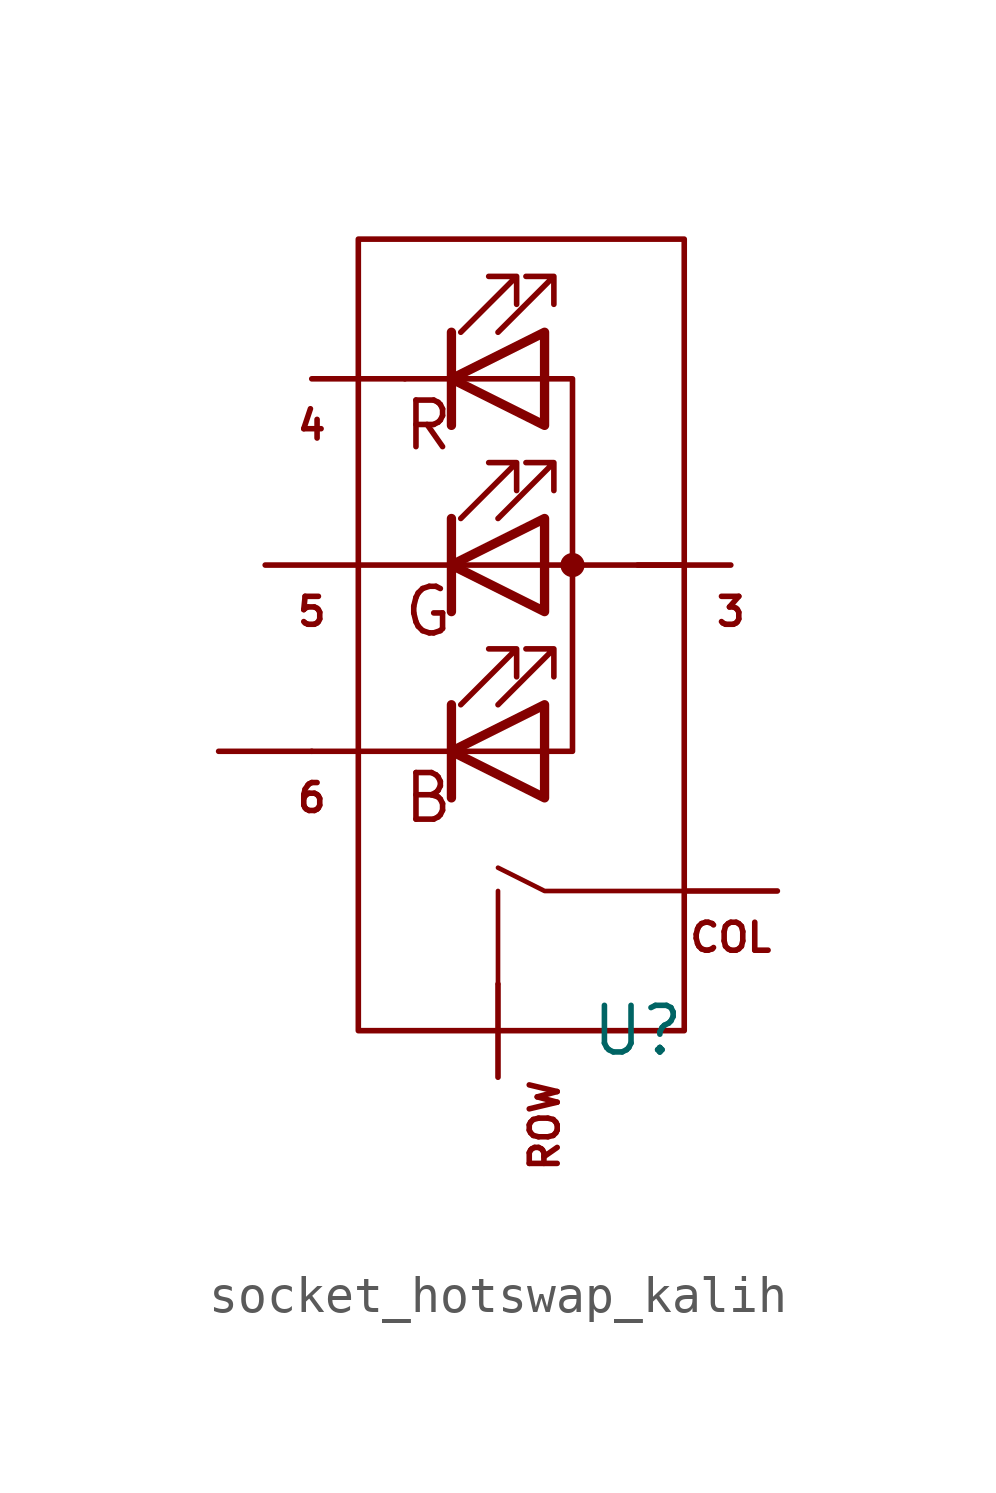
<source format=kicad_sym>
(kicad_symbol_lib
  (version 20220914)
  (generator kicad_symbol_editor)
  (symbol "socket_hotswap_kalih"
    (property "Reference" "U"
      (at 3.81 -2.54 0)
      (effects (font (size 1.27 1.27))))
    (property "Value" ""
      (at 3.81 -2.54 0)
      (effects (font (size 1.27 1.27))))
    (symbol "socket_hotswap_kalih_0_0"
      (polyline (pts (xy 0 -1.27) (xy 0 1.27)) (stroke (width 0.127) (type solid)) (fill (type none)))
      (polyline (pts (xy 5.08 1.27) (xy 1.27 1.27) (xy 0 1.905)) (stroke (width 0.127) (type solid)) (fill (type none)))
      (text "B" (at -1.905 3.81 0) (effects (font (size 1.27 1.27))))
      (text "COL" (at 6.35 0 0) (effects (font (size 0.762 0.762))))
      (text "G" (at -1.905 8.89 0) (effects (font (size 1.27 1.27))))
      (text "R" (at -1.905 13.97 0) (effects (font (size 1.27 1.27))))
      (text "ROW" (at 1.27 -3.81 900) (effects (font (size 0.762 0.762)) (justify right))))
    (symbol "socket_hotswap_kalih_0_1"
      (polyline (pts (xy -1.27 5.08) (xy -5.08 5.08)) (stroke (width 0) (type default)) (fill (type none)))
      (polyline (pts (xy -1.27 5.08) (xy 1.27 5.08)) (stroke (width 0) (type default)) (fill (type none)))
      (polyline (pts (xy -1.27 6.35) (xy -1.27 3.81)) (stroke (width 0.254) (type default)) (fill (type none)))
      (polyline (pts (xy -1.27 10.16) (xy -3.81 10.16)) (stroke (width 0) (type default)) (fill (type none)))
      (polyline (pts (xy -1.27 11.43) (xy -1.27 8.89)) (stroke (width 0.254) (type default)) (fill (type none)))
      (polyline (pts (xy -1.27 15.24) (xy -2.54 15.24)) (stroke (width 0) (type default)) (fill (type none)))
      (polyline (pts (xy -1.27 15.24) (xy 1.27 15.24)) (stroke (width 0) (type default)) (fill (type none)))
      (polyline (pts (xy -1.27 16.51) (xy -1.27 13.97)) (stroke (width 0.254) (type default)) (fill (type none)))
      (polyline (pts (xy 1.27 10.16) (xy -1.27 10.16)) (stroke (width 0) (type default)) (fill (type none)))
      (polyline (pts (xy 1.27 10.16) (xy 5.08 10.16)) (stroke (width 0) (type default)) (fill (type none)))
      (polyline (pts (xy -1.27 11.43) (xy -1.27 8.89) (xy -1.27 8.89)) (stroke (width 0) (type default)) (fill (type none)))
      (polyline (pts (xy -1.27 16.51) (xy -1.27 13.97) (xy -1.27 13.97)) (stroke (width 0) (type default)) (fill (type none)))
      (polyline (pts (xy 1.27 5.08) (xy 2.032 5.08) (xy 2.032 15.24) (xy 1.27 15.24)) (stroke (width 0) (type default)) (fill (type none)))
      (polyline (pts (xy 1.27 6.35) (xy 1.27 3.81) (xy -1.27 5.08) (xy 1.27 6.35)) (stroke (width 0.254) (type default)) (fill (type none)))
      (polyline (pts (xy 1.27 11.43) (xy 1.27 8.89) (xy -1.27 10.16) (xy 1.27 11.43)) (stroke (width 0.254) (type default)) (fill (type none)))
      (polyline (pts (xy 1.27 16.51) (xy 1.27 13.97) (xy -1.27 15.24) (xy 1.27 16.51)) (stroke (width 0.254) (type default)) (fill (type none)))
      (polyline (pts (xy -1.016 6.35) (xy 0.508 7.874) (xy -0.254 7.874) (xy 0.508 7.874) (xy 0.508 7.112)) (stroke (width 0) (type default)) (fill (type none)))
      (polyline (pts (xy -1.016 11.43) (xy 0.508 12.954) (xy -0.254 12.954) (xy 0.508 12.954) (xy 0.508 12.192)) (stroke (width 0) (type default)) (fill (type none)))
      (polyline (pts (xy -1.016 16.51) (xy 0.508 18.034) (xy -0.254 18.034) (xy 0.508 18.034) (xy 0.508 17.272)) (stroke (width 0) (type default)) (fill (type none)))
      (polyline (pts (xy 0 6.35) (xy 1.524 7.874) (xy 0.762 7.874) (xy 1.524 7.874) (xy 1.524 7.112)) (stroke (width 0) (type default)) (fill (type none)))
      (polyline (pts (xy 0 11.43) (xy 1.524 12.954) (xy 0.762 12.954) (xy 1.524 12.954) (xy 1.524 12.192)) (stroke (width 0) (type default)) (fill (type none)))
      (polyline (pts (xy 0 16.51) (xy 1.524 18.034) (xy 0.762 18.034) (xy 1.524 18.034) (xy 1.524 17.272)) (stroke (width 0) (type default)) (fill (type none)))
      (polyline (pts (xy 5.08 -2.54) (xy 5.08 19.05) (xy -3.81 19.05) (xy -3.81 -2.54) (xy 5.08 -2.54)) (stroke (width 0) (type default)) (fill (type none)))
      (rectangle (start 1.27 8.89) (end 1.27 11.43) (stroke (width 0) (type default)) (fill (type none)))
      (rectangle (start 1.27 11.43) (end 1.27 11.43) (stroke (width 0) (type default)) (fill (type none)))
      (rectangle (start 1.27 13.97) (end 1.27 16.51) (stroke (width 0) (type default)) (fill (type none)))
      (rectangle (start 1.27 16.51) (end 1.27 16.51) (stroke (width 0) (type default)) (fill (type none)))
      (circle (center 2.032 10.16) (radius 0.254) (stroke (width 0) (type default)) (fill (type outline))))
    (symbol "socket_hotswap_kalih_1_0"
      (text "3" (at 6.35 8.89 0) (effects (font (size 0.762 0.762))))
      (text "4" (at -5.08 13.97 0) (effects (font (size 0.762 0.762))))
      (text "5" (at -5.08 8.89 0) (effects (font (size 0.762 0.762))))
      (text "6" (at -5.08 3.81 0) (effects (font (size 0.762 0.762)))))
    (symbol "socket_hotswap_kalih_1_1"
      (pin passive line (at 7.62 1.27 180) (length 2.54) (name "COL" (effects (font (size 0 0)))) (number "1" (effects (font (size 0 0)))))
      (pin passive line (at 0 -3.81 90) (length 2.54) (name "ROW" (effects (font (size 0 0)))) (number "2" (effects (font (size 0 0)))))
      (pin passive line (at 6.35 10.16 180) (length 2.54) (name "COL" (effects (font (size 0 0)))) (number "3" (effects (font (size 0 0)))))
      (pin passive line (at -5.08 15.24 0) (length 2.54) (name "COL" (effects (font (size 0 0)))) (number "4" (effects (font (size 0 0)))))
      (pin passive line (at -6.35 10.16 0) (length 2.54) (name "COL" (effects (font (size 0 0)))) (number "5" (effects (font (size 0 0)))))
      (pin passive line (at -7.62 5.08 0) (length 2.54) (name "COL" (effects (font (size 0 0)))) (number "6" (effects (font (size 0 0))))))))
</source>
